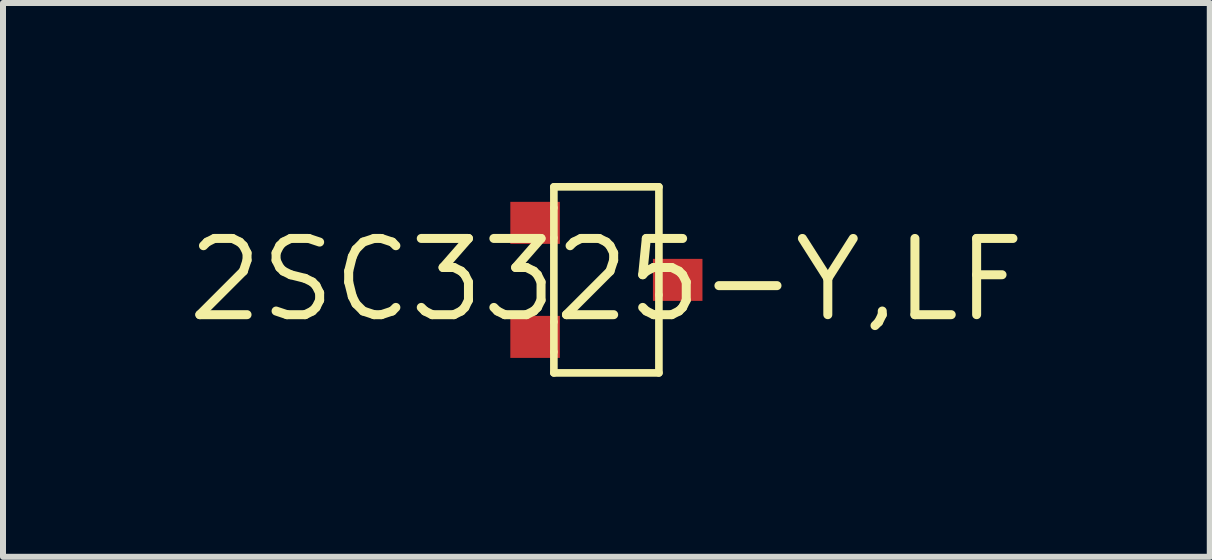
<source format=kicad_pcb>
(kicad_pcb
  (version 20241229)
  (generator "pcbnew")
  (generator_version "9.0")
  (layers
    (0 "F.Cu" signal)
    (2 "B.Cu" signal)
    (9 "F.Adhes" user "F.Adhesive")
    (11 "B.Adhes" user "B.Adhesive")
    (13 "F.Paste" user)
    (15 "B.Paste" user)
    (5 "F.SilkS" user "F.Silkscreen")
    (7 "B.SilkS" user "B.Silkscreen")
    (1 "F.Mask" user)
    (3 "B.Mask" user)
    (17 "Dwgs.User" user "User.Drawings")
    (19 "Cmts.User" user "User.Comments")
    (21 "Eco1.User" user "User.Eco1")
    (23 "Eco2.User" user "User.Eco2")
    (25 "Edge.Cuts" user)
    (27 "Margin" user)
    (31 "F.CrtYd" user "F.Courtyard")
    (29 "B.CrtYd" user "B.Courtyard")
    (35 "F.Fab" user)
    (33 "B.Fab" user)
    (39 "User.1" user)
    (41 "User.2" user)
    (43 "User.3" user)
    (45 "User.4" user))
  (footprint "2SC3325-Y,LF"
    (layer "F.Cu")
    (at 7.053 1.613)
    (property "Reference" "2SC3325-Y,LF" (at 0 0 0) (layer "F.SilkS") (effects (font (size 1.27 1.27) (thickness 0.15))))
    (fp_line (start -0.875 -1.55) (end 0.875 -1.55) (stroke (width 0.127) (type solid)) (layer "F.SilkS"))
    (fp_line (start -0.875 -1.2) (end -0.875 -1.55) (stroke (width 0.127) (type solid)) (layer "F.SilkS"))
    (fp_line (start -0.875 -0.7) (end -0.875 -1.2) (stroke (width 0.127) (type solid)) (layer "F.SilkS"))
    (fp_line (start -0.875 0.7) (end -0.875 -0.7) (stroke (width 0.127) (type solid)) (layer "F.SilkS"))
    (fp_line (start -0.875 1.2) (end -0.875 0.7) (stroke (width 0.127) (type solid)) (layer "F.SilkS"))
    (fp_line (start -0.875 1.55) (end -0.875 1.2) (stroke (width 0.127) (type solid)) (layer "F.SilkS"))
    (fp_line (start -0.875 1.55) (end 0.875 1.55) (stroke (width 0.127) (type solid)) (layer "F.SilkS"))
    (fp_line (start 0.875 -1.55) (end 0.875 -0.25) (stroke (width 0.127) (type solid)) (layer "F.SilkS"))
    (fp_line (start 0.875 -0.25) (end 0.875 0.25) (stroke (width 0.127) (type solid)) (layer "F.SilkS"))
    (fp_line (start 0.875 0.25) (end 0.875 1.55) (stroke (width 0.127) (type solid)) (layer "F.SilkS"))
    (pad "BASE" smd rect (at -1.188 -0.95) (size 0.825 0.7) (layers "F.Cu" "F.Mask" "F.Paste"))
    (pad "COLLECTOR" smd rect (at 1.188 0) (size 0.825 0.7) (layers "F.Cu" "F.Mask" "F.Paste"))
    (pad "EMITTER" smd rect (at -1.188 0.95) (size 0.825 0.7) (layers "F.Cu" "F.Mask" "F.Paste")))
  (gr_rect
    (start -3 -3)
    (end 17.106 6.227)
    (stroke (width 0.1) (type default))
    (fill no)
    (layer "Edge.Cuts")))
</source>
